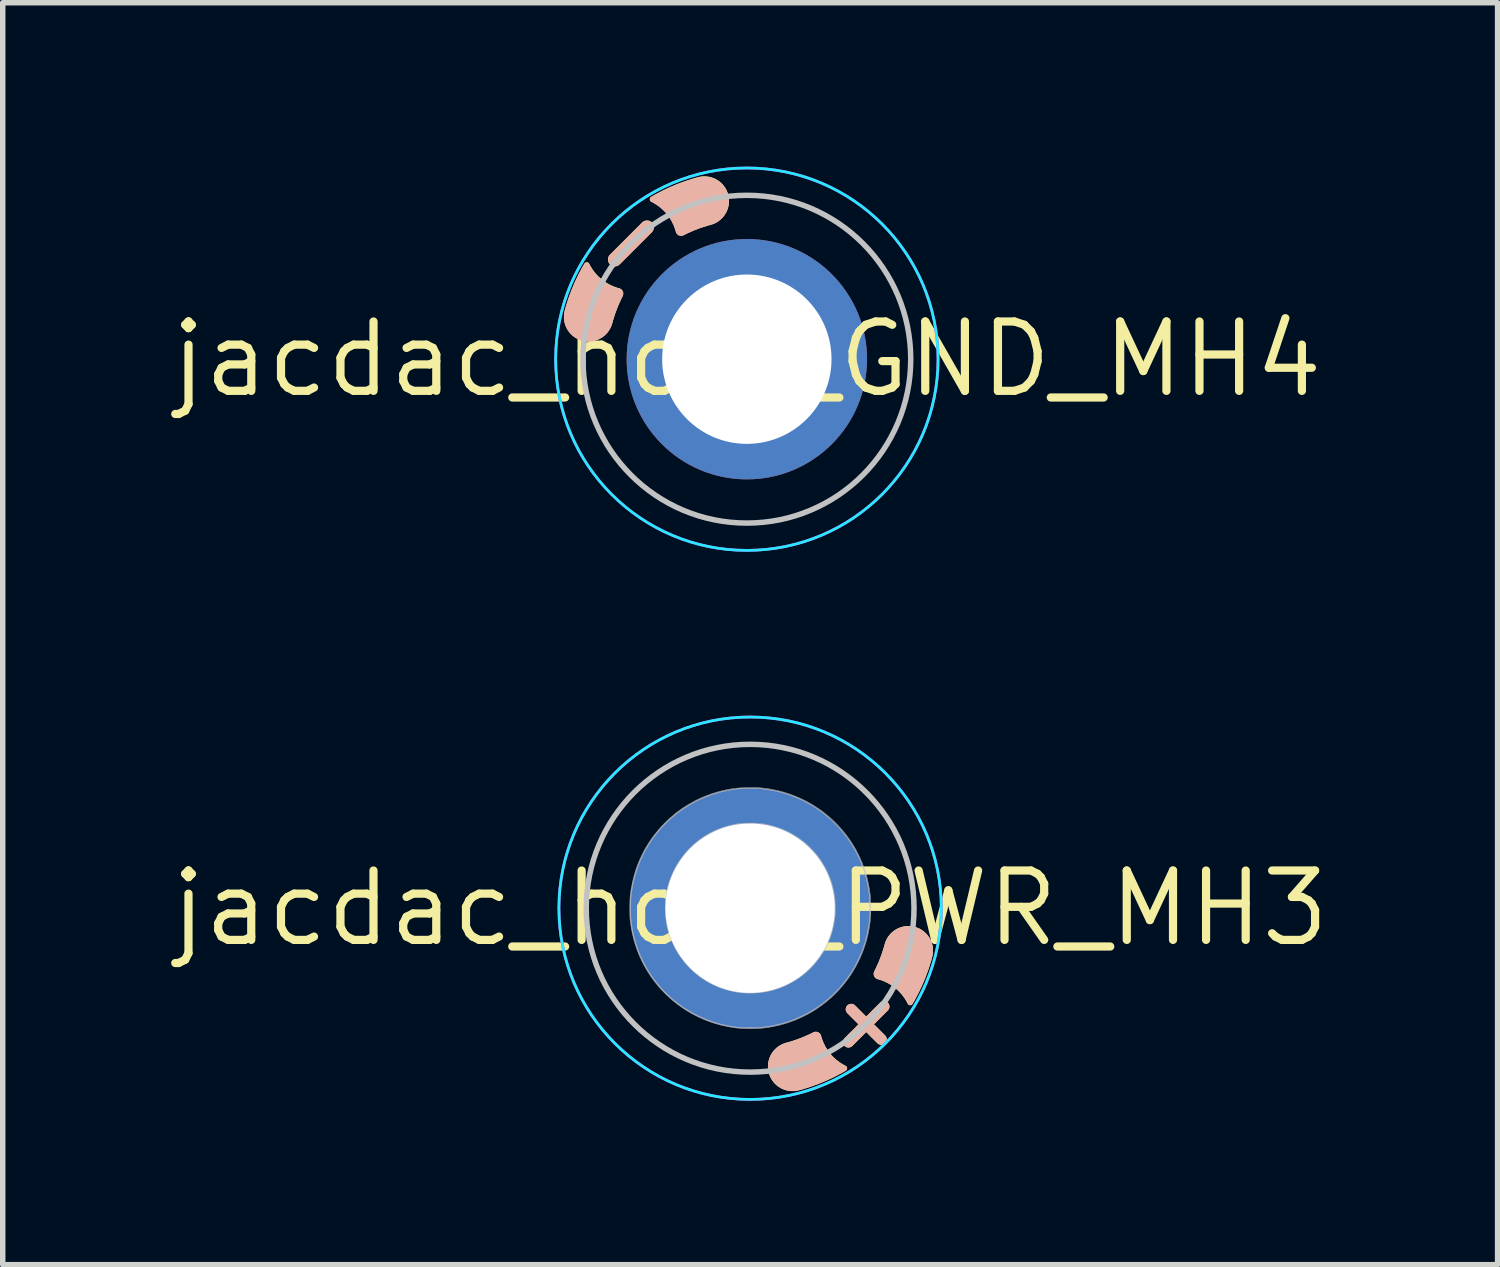
<source format=kicad_pcb>
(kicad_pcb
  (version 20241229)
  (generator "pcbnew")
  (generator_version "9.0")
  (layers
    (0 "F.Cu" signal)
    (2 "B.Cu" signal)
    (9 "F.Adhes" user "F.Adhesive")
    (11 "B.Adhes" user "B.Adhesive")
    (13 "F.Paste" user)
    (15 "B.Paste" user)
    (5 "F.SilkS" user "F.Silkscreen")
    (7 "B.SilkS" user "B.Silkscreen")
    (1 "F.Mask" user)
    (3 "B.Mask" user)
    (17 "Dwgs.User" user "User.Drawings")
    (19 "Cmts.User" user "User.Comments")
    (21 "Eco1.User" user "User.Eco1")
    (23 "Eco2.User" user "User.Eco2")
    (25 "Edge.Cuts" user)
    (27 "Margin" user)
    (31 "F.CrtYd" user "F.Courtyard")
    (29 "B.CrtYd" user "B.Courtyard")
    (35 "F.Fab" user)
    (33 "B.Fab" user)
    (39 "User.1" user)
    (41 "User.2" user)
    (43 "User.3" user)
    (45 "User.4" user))
  (footprint "jacdac_hole_GND_MH4"
    (layer "F.Cu")
    (at 10.621 3.525)
    (property "Reference" "jacdac_hole_GND_MH4" (at 0 0 0) (layer "F.SilkS") (effects (font (size 1.27 1.27) (thickness 0.15))))
    (attr through_hole exclude_from_bom)
    (fp_circle (center 0 0) (end 0 -2.5) (stroke (width 0.1) (type solid)) (fill yes) (layer "F.Mask"))
    (fp_circle (center 0 0) (end 0 -2.5) (stroke (width 0.1) (type solid)) (fill yes) (layer "B.Mask"))
    (fp_poly (pts (arc (start -2.503912 -1.915506) (mid -2.503913 -1.738729) (end -2.327135 -1.738729)) (arc (start -1.738729 -2.327135) (mid -1.73873 -2.503912) (end -1.915506 -2.503912))) (stroke (width 0) (type solid)) (fill yes) (layer "F.SilkS"))
    (fp_poly (pts (arc (start -2.27249 -1.156844) (mid -2.380797 -0.913403) (end -2.463111 -0.659989)) (arc (start -2.463111 -0.659989) (mid -3.014247 -0.341791) (end -3.332444 -0.892926)) (arc (start -3.332444 -0.892926) (mid -3.181621 -1.334087) (end -2.972693 -1.750884)) (arc (start -2.972693 -1.750884) (mid -2.927688 -1.775472) (end -2.884706 -1.747498)) (arc (start -2.884706 -1.747498) (mid -2.659468 -1.463371) (end -2.336314 -1.298959)) (arc (start -2.336314 -1.298959) (mid -2.270384 -1.243179) (end -2.27249 -1.156844))) (stroke (width 0) (type solid)) (fill yes) (layer "F.SilkS"))
    (fp_poly (pts (arc (start -1.298959 -2.336314) (mid -1.243179 -2.270384) (end -1.156844 -2.27249)) (arc (start -1.156844 -2.27249) (mid -0.913403 -2.380797) (end -0.659989 -2.463111)) (arc (start -0.659989 -2.463111) (mid -0.341792 -3.014246) (end -0.892926 -3.332444)) (arc (start -0.892926 -3.332444) (mid -1.334087 -3.181621) (end -1.750884 -2.972693)) (arc (start -1.750884 -2.972693) (mid -1.775472 -2.927688) (end -1.747498 -2.884706)) (arc (start -1.747498 -2.884706) (mid -1.463371 -2.659468) (end -1.298959 -2.336314))) (stroke (width 0) (type solid)) (fill yes) (layer "F.SilkS"))
    (fp_poly (pts (arc (start -2.505774 -1.909904) (mid -2.505775 -1.733127) (end -2.328997 -1.733127)) (arc (start -1.740591 -2.321533) (mid -1.740592 -2.49831) (end -1.917368 -2.49831))) (stroke (width 0) (type solid)) (fill yes) (layer "B.SilkS"))
    (fp_poly (pts (arc (start -2.274352 -1.151242) (mid -2.382659 -0.907801) (end -2.464973 -0.654387)) (arc (start -2.464973 -0.654387) (mid -3.016109 -0.336189) (end -3.334306 -0.887324)) (arc (start -3.334306 -0.887324) (mid -3.183483 -1.328485) (end -2.974555 -1.745282)) (arc (start -2.974555 -1.745282) (mid -2.92955 -1.76987) (end -2.886568 -1.741896)) (arc (start -2.886568 -1.741896) (mid -2.66133 -1.457769) (end -2.338176 -1.293357)) (arc (start -2.338176 -1.293357) (mid -2.272246 -1.237577) (end -2.274352 -1.151242))) (stroke (width 0) (type solid)) (fill yes) (layer "B.SilkS"))
    (fp_poly (pts (arc (start -1.300821 -2.330712) (mid -1.245041 -2.264782) (end -1.158706 -2.266888)) (arc (start -1.158706 -2.266888) (mid -0.915265 -2.375195) (end -0.661851 -2.457509)) (arc (start -0.661851 -2.457509) (mid -0.343654 -3.008644) (end -0.894788 -3.326842)) (arc (start -0.894788 -3.326842) (mid -1.335949 -3.176019) (end -1.752746 -2.967091)) (arc (start -1.752746 -2.967091) (mid -1.777334 -2.922086) (end -1.74936 -2.879104)) (arc (start -1.74936 -2.879104) (mid -1.465233 -2.653866) (end -1.300821 -2.330712))) (stroke (width 0) (type solid)) (fill yes) (layer "B.SilkS"))
    (fp_circle (center 0 0) (end 0 -3) (stroke (width 0.1) (type default)) (fill no) (layer "Dwgs.User"))
    (fp_circle (center 0 0) (end 3.5 0) (stroke (width 0.05) (type default)) (fill no) (layer "B.CrtYd"))
    (fp_circle (center 0 0) (end 3.5 0) (stroke (width 0.05) (type default)) (fill no) (layer "F.CrtYd"))
    (pad "MH4" thru_hole circle (at 0 0 90) (size 4.4 4.4) (drill 3.1) (layers "*.Cu" "*.Mask")))
  (footprint "jacdac_hole_PWR_MH3"
    (layer "F.Cu")
    (at 10.681 13.575)
    (property "Reference" "jacdac_hole_PWR_MH3" (at 0 0 0) (layer "F.SilkS") (effects (font (size 1.27 1.27) (thickness 0.15))))
    (attr through_hole exclude_from_bom)
    (fp_circle (center 0 0) (end 2.5 0) (stroke (width 0.1) (type solid)) (fill yes) (layer "F.Mask"))
    (fp_circle (center 0 0) (end -2.5 0) (stroke (width 0.1) (type solid)) (fill yes) (layer "B.Mask"))
    (fp_line (start 1.8 2.45) (end 2.45 1.8) (stroke (width 0.2) (type default)) (layer "F.SilkS"))
    (fp_line (start 1.85 1.85) (end 2.4 2.4) (stroke (width 0.2) (type default)) (layer "F.SilkS"))
    (fp_poly (pts (arc (start 0.659989 2.463111) (mid 0.341792 3.014246) (end 0.892926 3.332444)) (arc (start 0.892926 3.332444) (mid 1.334087 3.181621) (end 1.750884 2.972693)) (arc (start 1.750884 2.972693) (mid 1.775472 2.927688) (end 1.747498 2.884706)) (arc (start 1.747498 2.884706) (mid 1.463371 2.659468) (end 1.298959 2.336314)) (arc (start 1.298959 2.336314) (mid 1.243179 2.270384) (end 1.156844 2.27249)) (arc (start 1.156844 2.27249) (mid 0.913403 2.380797) (end 0.659989 2.463111))) (stroke (width 0) (type solid)) (fill yes) (layer "F.SilkS"))
    (fp_poly (pts (arc (start 2.27249 1.156844) (mid 2.380797 0.913403) (end 2.463111 0.659989)) (arc (start 2.463111 0.659989) (mid 3.014247 0.341791) (end 3.332444 0.892926)) (arc (start 3.332444 0.892926) (mid 3.181621 1.334087) (end 2.972693 1.750884)) (arc (start 2.972693 1.750884) (mid 2.927688 1.775472) (end 2.884706 1.747498)) (arc (start 2.884706 1.747498) (mid 2.659468 1.463371) (end 2.336314 1.298959)) (arc (start 2.336314 1.298959) (mid 2.270384 1.243179) (end 2.27249 1.156844))) (stroke (width 0) (type solid)) (fill yes) (layer "F.SilkS"))
    (fp_line (start 1.8 2.45) (end 2.45 1.8) (stroke (width 0.2) (type default)) (layer "B.SilkS"))
    (fp_line (start 1.85 1.85) (end 2.4 2.4) (stroke (width 0.2) (type default)) (layer "B.SilkS"))
    (fp_poly (pts (arc (start 0.659989 2.463111) (mid 0.341792 3.014246) (end 0.892926 3.332444)) (arc (start 0.892926 3.332444) (mid 1.334087 3.181621) (end 1.750884 2.972693)) (arc (start 1.750884 2.972693) (mid 1.775472 2.927688) (end 1.747498 2.884706)) (arc (start 1.747498 2.884706) (mid 1.463371 2.659468) (end 1.298959 2.336314)) (arc (start 1.298959 2.336314) (mid 1.243179 2.270384) (end 1.156844 2.27249)) (arc (start 1.156844 2.27249) (mid 0.913403 2.380797) (end 0.659989 2.463111))) (stroke (width 0) (type solid)) (fill yes) (layer "B.SilkS"))
    (fp_poly (pts (arc (start 2.27249 1.156844) (mid 2.380797 0.913403) (end 2.463111 0.659989)) (arc (start 2.463111 0.659989) (mid 3.014247 0.341791) (end 3.332444 0.892926)) (arc (start 3.332444 0.892926) (mid 3.181621 1.334087) (end 2.972693 1.750884)) (arc (start 2.972693 1.750884) (mid 2.927688 1.775472) (end 2.884706 1.747498)) (arc (start 2.884706 1.747498) (mid 2.659468 1.463371) (end 2.336314 1.298959)) (arc (start 2.336314 1.298959) (mid 2.270384 1.243179) (end 2.27249 1.156844))) (stroke (width 0) (type solid)) (fill yes) (layer "B.SilkS"))
    (fp_circle (center 0 0) (end 0 -3) (stroke (width 0.1) (type default)) (fill no) (layer "Dwgs.User"))
    (fp_poly (pts (xy -1.553 -0.051) (xy -1.545 -0.173) (xy -1.528 -0.291) (xy -1.503 -0.405) (xy -1.468 -0.517) (xy -1.424 -0.628) (xy -1.397 -0.686) (xy -1.337 -0.796) (xy -1.269 -0.901) (xy -1.194 -0.999) (xy -1.112 -1.09) (xy -1.023 -1.175) (xy -0.929 -1.252) (xy -0.828 -1.321) (xy -0.722 -1.382) (xy -0.611 -1.435) (xy -0.496 -1.478) (xy -0.377 -1.513) (xy -0.321 -1.526) (xy -0.278 -1.535) (xy -0.239 -1.542) (xy -0.204 -1.547) (xy -0.169 -1.551) (xy -0.133 -1.554) (xy -0.093 -1.556) (xy -0.047 -1.556) (xy 0.005 -1.557) (xy 0.061 -1.556) (xy 0.109 -1.555) (xy 0.152 -1.553) (xy 0.191 -1.549) (xy 0.23 -1.544) (xy 0.269 -1.538) (xy 0.312 -1.529) (xy 0.348 -1.521) (xy 0.466 -1.49) (xy 0.582 -1.448) (xy 0.695 -1.398) (xy 0.803 -1.339) (xy 0.907 -1.271) (xy 1.004 -1.195) (xy 1.019 -1.183) (xy 1.111 -1.097) (xy 1.195 -1.005) (xy 1.271 -0.906) (xy 1.339 -0.802) (xy 1.4 -0.69) (xy 1.401 -0.687) (xy 1.443 -0.596) (xy 1.477 -0.505) (xy 1.505 -0.413) (xy 1.528 -0.317) (xy 1.545 -0.221) (xy 1.549 -0.191) (xy 1.552 -0.158) (xy 1.554 -0.12) (xy 1.556 -0.076) (xy 1.557 -0.03) (xy 1.557 0.005) (xy 1.557 0.039) (xy 1.557 0.068) (xy 1.557 0.092) (xy 1.557 0.108) (xy 1.557 0.114) (xy 1.543 0.226) (xy 1.524 0.33) (xy 1.499 0.429) (xy 1.469 0.524) (xy 1.431 0.618) (xy 1.395 0.696) (xy 1.338 0.8) (xy 1.274 0.898) (xy 1.203 0.99) (xy 1.124 1.078) (xy 1.086 1.115) (xy 1.045 1.154) (xy 1.007 1.188) (xy 0.969 1.219) (xy 0.929 1.249) (xy 0.884 1.281) (xy 0.862 1.296) (xy 0.755 1.361) (xy 0.644 1.417) (xy 0.53 1.463) (xy 0.412 1.5) (xy 0.292 1.528) (xy 0.168 1.545) (xy 0.048 1.553) (xy -0.003 1.553) (xy -0.003 1.537) (xy 0.042 1.536) (xy 0.085 1.536) (xy 0.124 1.534) (xy 0.158 1.533) (xy 0.183 1.53) (xy 0.188 1.53) (xy 0.317 1.507) (xy 0.44 1.476) (xy 0.559 1.436) (xy 0.672 1.387) (xy 0.78 1.33) (xy 0.883 1.264) (xy 0.981 1.189) (xy 1.075 1.105) (xy 1.092 1.087) (xy 1.176 0.996) (xy 1.252 0.9) (xy 1.32 0.798) (xy 1.38 0.691) (xy 1.431 0.581) (xy 1.472 0.467) (xy 1.505 0.35) (xy 1.527 0.231) (xy 1.534 0.183) (xy 1.536 0.16) (xy 1.539 0.138) (xy 1.541 0.122) (xy 1.541 0.117) (xy 1.542 0.1) (xy 1.543 0.075) (xy 1.543 0.044) (xy 1.542 0.008) (xy 1.542 -0.031) (xy 1.54 -0.07) (xy 1.539 -0.109) (xy 1.537 -0.144) (xy 1.535 -0.175) (xy 1.533 -0.198) (xy 1.532 -0.208) (xy 1.511 -0.326) (xy 1.483 -0.437) (xy 1.448 -0.543) (xy 1.405 -0.646) (xy 1.354 -0.746) (xy 1.294 -0.845) (xy 1.288 -0.853) (xy 1.242 -0.92) (xy 1.194 -0.982) (xy 1.141 -1.042) (xy 1.092 -1.092) (xy 1.001 -1.177) (xy 0.903 -1.254) (xy 0.801 -1.322) (xy 0.694 -1.381) (xy 0.583 -1.432) (xy 0.468 -1.474) (xy 0.35 -1.505) (xy 0.302 -1.516) (xy 0.26 -1.523) (xy 0.224 -1.529) (xy 0.192 -1.534) (xy 0.16 -1.537) (xy 0.127 -1.54) (xy 0.091 -1.541) (xy 0.048 -1.542) (xy 0.003 -1.542) (xy -0.049 -1.541) (xy -0.095 -1.54) (xy -0.134 -1.539) (xy -0.165 -1.537) (xy -0.183 -1.535) (xy -0.302 -1.515) (xy -0.415 -1.488) (xy -0.522 -1.454) (xy -0.625 -1.412) (xy -0.726 -1.362) (xy -0.825 -1.303) (xy -0.848 -1.288) (xy -0.915 -1.242) (xy -0.977 -1.194) (xy -1.037 -1.141) (xy -1.087 -1.092) (xy -1.173 -1) (xy -1.25 -0.903) (xy -1.318 -0.801) (xy -1.377 -0.694) (xy -1.427 -0.582) (xy -1.468 -0.465) (xy -1.501 -0.343) (xy -1.526 -0.216) (xy -1.53 -0.188) (xy -1.532 -0.164) (xy -1.534 -0.132) (xy -1.535 -0.094) (xy -1.536 -0.052) (xy -1.537 -0.007) (xy -1.536 0.037) (xy -1.536 0.08) (xy -1.534 0.119) (xy -1.533 0.153) (xy -1.53 0.179) (xy -1.53 0.183) (xy -1.507 0.312) (xy -1.476 0.435) (xy -1.436 0.554) (xy -1.387 0.667) (xy -1.33 0.775) (xy -1.264 0.878) (xy -1.189 0.976) (xy -1.105 1.069) (xy -1.087 1.087) (xy -0.995 1.173) (xy -0.898 1.25) (xy -0.796 1.317) (xy -0.69 1.376) (xy -0.578 1.427) (xy -0.461 1.468) (xy -0.339 1.501) (xy -0.211 1.526) (xy -0.183 1.53) (xy -0.159 1.532) (xy -0.127 1.534) (xy -0.089 1.536) (xy -0.047 1.536) (xy -0.003 1.537) (xy -0.003 1.553) (xy -0.045 1.553) (xy -0.132 1.549) (xy -0.217 1.54) (xy -0.303 1.525) (xy -0.373 1.509) (xy -0.49 1.476) (xy -0.604 1.433) (xy -0.714 1.381) (xy -0.819 1.321) (xy -0.92 1.253) (xy -1.015 1.177) (xy -1.103 1.094) (xy -1.186 1.004) (xy -1.261 0.908) (xy -1.329 0.807) (xy -1.388 0.7) (xy -1.39 0.696) (xy -1.441 0.583) (xy -1.483 0.469) (xy -1.514 0.354) (xy -1.537 0.237) (xy -1.55 0.116) (xy -1.554 -0.008) (xy -1.553 -0.051)) (stroke (width 0.01) (type solid)) (fill no) (layer "Dwgs.User"))
    (fp_poly (pts (xy -2.202 -0.064) (xy -2.2 -0.115) (xy -2.199 -0.162) (xy -2.196 -0.203) (xy -2.193 -0.237) (xy -2.193 -0.24) (xy -2.17 -0.392) (xy -2.138 -0.54) (xy -2.097 -0.684) (xy -2.047 -0.823) (xy -1.988 -0.959) (xy -1.92 -1.089) (xy -1.843 -1.215) (xy -1.758 -1.335) (xy -1.665 -1.449) (xy -1.589 -1.532) (xy -1.479 -1.638) (xy -1.365 -1.736) (xy -1.245 -1.824) (xy -1.12 -1.904) (xy -0.99 -1.975) (xy -0.855 -2.037) (xy -0.716 -2.09) (xy -0.573 -2.134) (xy -0.534 -2.144) (xy -0.454 -2.163) (xy -0.378 -2.178) (xy -0.304 -2.189) (xy -0.23 -2.198) (xy -0.153 -2.203) (xy -0.07 -2.206) (xy -0.003 -2.207) (xy 0.055 -2.207) (xy 0.104 -2.206) (xy 0.148 -2.205) (xy 0.188 -2.203) (xy 0.226 -2.199) (xy 0.265 -2.195) (xy 0.307 -2.189) (xy 0.343 -2.184) (xy 0.489 -2.156) (xy 0.631 -2.119) (xy 0.77 -2.072) (xy 0.904 -2.017) (xy 1.035 -1.954) (xy 1.16 -1.882) (xy 1.281 -1.802) (xy 1.395 -1.715) (xy 1.504 -1.621) (xy 1.607 -1.519) (xy 1.703 -1.411) (xy 1.791 -1.297) (xy 1.873 -1.176) (xy 1.946 -1.05) (xy 2.011 -0.918) (xy 2.054 -0.818) (xy 2.1 -0.69) (xy 2.138 -0.563) (xy 2.168 -0.434) (xy 2.19 -0.3) (xy 2.197 -0.244) (xy 2.199 -0.222) (xy 2.201 -0.192) (xy 2.203 -0.156) (xy 2.205 -0.116) (xy 2.206 -0.073) (xy 2.207 -0.03) (xy 2.208 0.012) (xy 2.208 0.051) (xy 2.208 0.085) (xy 2.208 0.113) (xy 2.207 0.132) (xy 2.202 0.185) (xy 2.198 0.231) (xy 2.193 0.27) (xy 2.188 0.307) (xy 2.184 0.338) (xy 2.156 0.483) (xy 2.119 0.626) (xy 2.072 0.766) (xy 2.016 0.902) (xy 1.951 1.034) (xy 1.878 1.162) (xy 1.797 1.284) (xy 1.707 1.401) (xy 1.61 1.511) (xy 1.505 1.616) (xy 1.463 1.653) (xy 1.348 1.748) (xy 1.227 1.835) (xy 1.1 1.913) (xy 0.969 1.982) (xy 0.834 2.043) (xy 0.695 2.094) (xy 0.552 2.136) (xy 0.406 2.168) (xy 0.343 2.179) (xy 0.298 2.185) (xy 0.257 2.191) (xy 0.218 2.195) (xy 0.179 2.198) (xy 0.139 2.2) (xy 0.094 2.201) (xy 0.043 2.202) (xy -0.003 2.202) (xy -0.013 2.202) (xy -0.013 2.187) (xy 0.037 2.187) (xy 0.086 2.186) (xy 0.131 2.185) (xy 0.171 2.183) (xy 0.204 2.181) (xy 0.218 2.18) (xy 0.368 2.159) (xy 0.515 2.129) (xy 0.658 2.089) (xy 0.798 2.04) (xy 0.932 1.982) (xy 1.063 1.916) (xy 1.188 1.841) (xy 1.308 1.758) (xy 1.423 1.667) (xy 1.531 1.568) (xy 1.633 1.462) (xy 1.729 1.348) (xy 1.817 1.227) (xy 1.828 1.211) (xy 1.899 1.096) (xy 1.964 0.975) (xy 2.021 0.85) (xy 2.071 0.721) (xy 2.113 0.591) (xy 2.146 0.459) (xy 2.17 0.328) (xy 2.184 0.213) (xy 2.186 0.188) (xy 2.189 0.164) (xy 2.19 0.146) (xy 2.192 0.135) (xy 2.192 0.135) (xy 2.193 0.12) (xy 2.193 0.097) (xy 2.193 0.067) (xy 2.193 0.032) (xy 2.193 -0.007) (xy 2.192 -0.047) (xy 2.19 -0.089) (xy 2.189 -0.129) (xy 2.188 -0.166) (xy 2.186 -0.199) (xy 2.184 -0.226) (xy 2.182 -0.244) (xy 2.159 -0.395) (xy 2.127 -0.542) (xy 2.086 -0.685) (xy 2.035 -0.824) (xy 1.976 -0.959) (xy 1.907 -1.089) (xy 1.829 -1.214) (xy 1.743 -1.334) (xy 1.648 -1.449) (xy 1.552 -1.552) (xy 1.442 -1.654) (xy 1.327 -1.749) (xy 1.206 -1.834) (xy 1.081 -1.911) (xy 0.95 -1.979) (xy 0.815 -2.038) (xy 0.676 -2.089) (xy 0.533 -2.129) (xy 0.386 -2.161) (xy 0.236 -2.183) (xy 0.218 -2.185) (xy 0.186 -2.188) (xy 0.146 -2.19) (xy 0.099 -2.191) (xy 0.049 -2.192) (xy -0.004 -2.192) (xy -0.056 -2.192) (xy -0.107 -2.19) (xy -0.154 -2.189) (xy -0.195 -2.187) (xy -0.229 -2.184) (xy -0.236 -2.183) (xy -0.383 -2.161) (xy -0.523 -2.131) (xy -0.659 -2.093) (xy -0.791 -2.046) (xy -0.919 -1.991) (xy -0.964 -1.97) (xy -1.096 -1.899) (xy -1.222 -1.82) (xy -1.342 -1.734) (xy -1.456 -1.639) (xy -1.562 -1.538) (xy -1.662 -1.429) (xy -1.754 -1.313) (xy -1.839 -1.191) (xy -1.916 -1.063) (xy -1.956 -0.986) (xy -2.015 -0.86) (xy -2.065 -0.731) (xy -2.107 -0.597) (xy -2.141 -0.459) (xy -2.168 -0.315) (xy -2.178 -0.241) (xy -2.181 -0.212) (xy -2.183 -0.174) (xy -2.185 -0.13) (xy -2.186 -0.082) (xy -2.187 -0.031) (xy -2.187 0.021) (xy -2.187 0.071) (xy -2.186 0.118) (xy -2.184 0.16) (xy -2.182 0.195) (xy -2.18 0.216) (xy -2.159 0.366) (xy -2.129 0.51) (xy -2.09 0.649) (xy -2.044 0.784) (xy -1.988 0.915) (xy -1.966 0.963) (xy -1.896 1.093) (xy -1.818 1.218) (xy -1.733 1.337) (xy -1.64 1.449) (xy -1.54 1.555) (xy -1.433 1.654) (xy -1.32 1.745) (xy -1.201 1.829) (xy -1.077 1.905) (xy -0.947 1.973) (xy -0.813 2.032) (xy -0.675 2.082) (xy -0.533 2.123) (xy -0.531 2.124) (xy -0.472 2.137) (xy -0.406 2.151) (xy -0.338 2.163) (xy -0.272 2.173) (xy -0.216 2.18) (xy -0.188 2.183) (xy -0.152 2.184) (xy -0.109 2.186) (xy -0.062 2.187) (xy -0.013 2.187) (xy -0.013 2.202) (xy -0.064 2.202) (xy -0.117 2.2) (xy -0.165 2.198) (xy -0.21 2.195) (xy -0.253 2.191) (xy -0.298 2.185) (xy -0.347 2.177) (xy -0.382 2.171) (xy -0.526 2.141) (xy -0.667 2.101) (xy -0.804 2.052) (xy -0.938 1.994) (xy -1.068 1.928) (xy -1.193 1.853) (xy -1.312 1.77) (xy -1.426 1.68) (xy -1.534 1.582) (xy -1.636 1.478) (xy -1.73 1.366) (xy -1.817 1.248) (xy -1.891 1.133) (xy -1.963 1.002) (xy -2.026 0.869) (xy -2.079 0.731) (xy -2.124 0.59) (xy -2.159 0.445) (xy -2.185 0.295) (xy -2.196 0.211) (xy -2.198 0.179) (xy -2.2 0.139) (xy -2.201 0.092) (xy -2.202 0.042) (xy -2.202 -0.011) (xy -2.202 -0.064)) (stroke (width 0.01) (type solid)) (fill no) (layer "Dwgs.User"))
    (fp_circle (center 0 0) (end 3.5 0) (stroke (width 0.05) (type default)) (fill no) (layer "B.CrtYd"))
    (fp_circle (center 0 0) (end 3.5 0) (stroke (width 0.05) (type default)) (fill no) (layer "F.CrtYd"))
    (pad "MH3" thru_hole circle (at 0 0 90) (size 4.4 4.4) (drill 3.1) (layers "*.Cu" "*.Mask")))
  (gr_rect
    (start -3 -3)
    (end 24.363 20.1)
    (stroke (width 0.1) (type default))
    (fill no)
    (layer "Edge.Cuts")))
</source>
